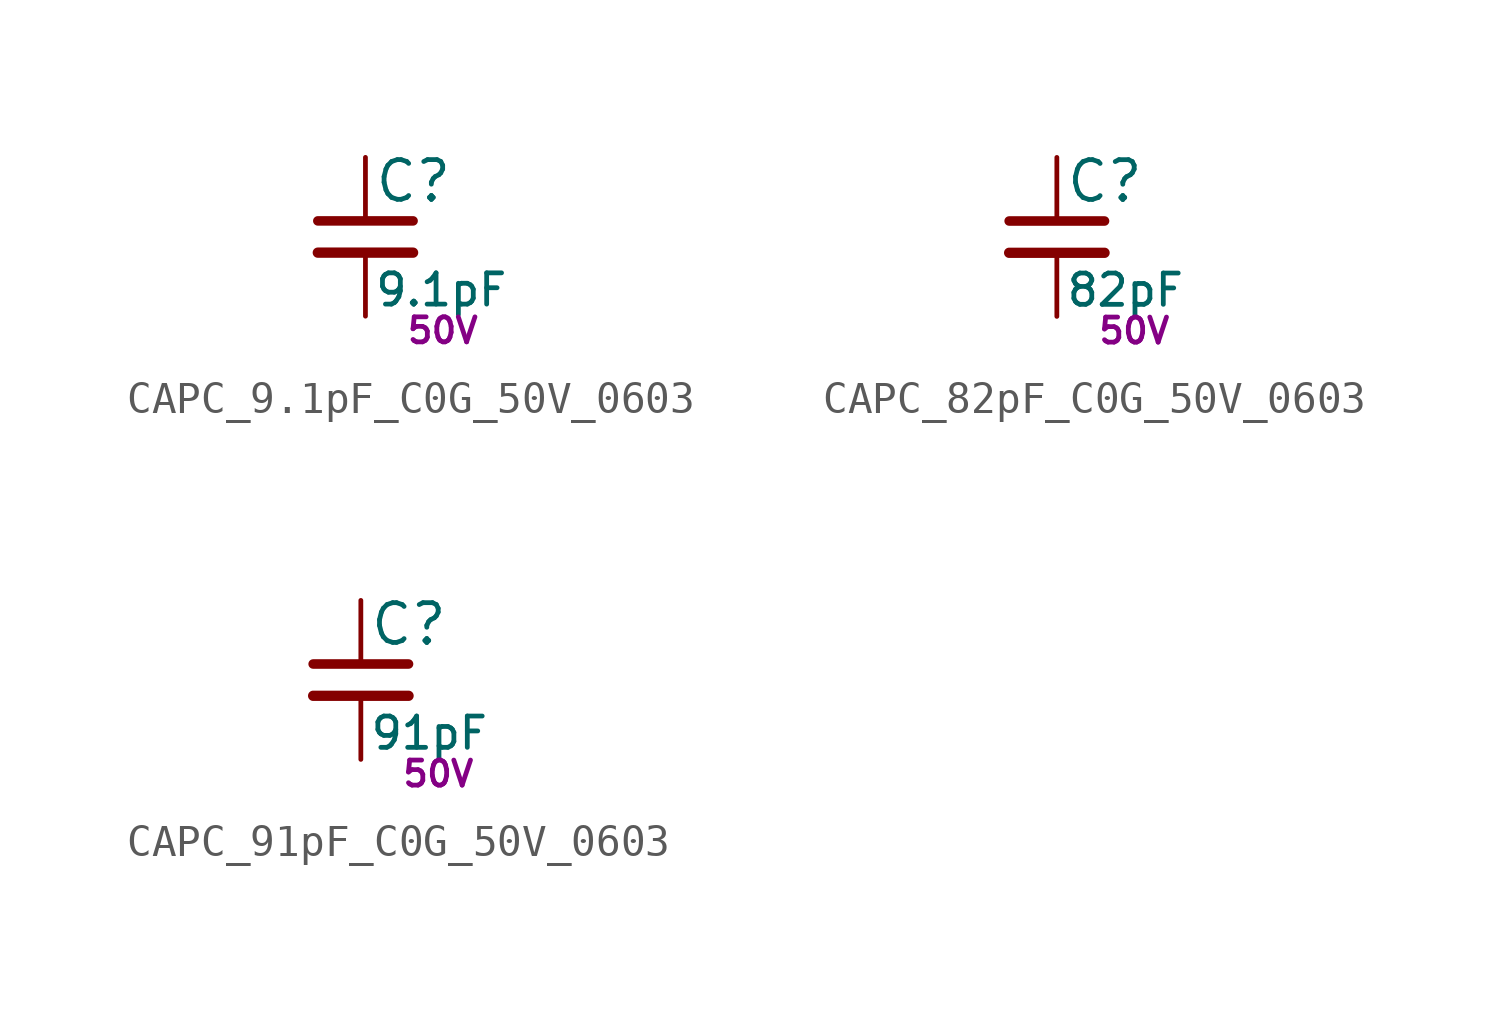
<source format=kicad_sym>
(kicad_symbol_lib
  (version 20211014)
  (generator kicad_LibGenerator)
  (symbol "CAPC_9.1pF_C0G_50V_0603"
    (pin_numbers hide)
    (pin_names
      (offset 0.254) hide)
    (property "Reference" "C"
      (at 0.254 1.778 0)
      (effects (font (size 1.27 1.27)) (justify left)))
    (property "Value" "9.1pF"
      (at 0.254 -1.7 0)
      (effects (font (size 1 1)) (justify left)))
    (property "Voltage" "50V"
      (at 1.27 -3 0)
      (effects (font (size 0.8 0.8)) (justify left)))
    (symbol "CAPC_9.1pF_C0G_50V_0603_0_1"
      (polyline (pts (xy -1.524 -0.508) (xy 1.524 -0.508)) (stroke (width 0.33) (type default) (color 0 0 0 0)) (fill (type none)))
      (polyline (pts (xy -1.524 0.508) (xy 1.524 0.508)) (stroke (width 0.305) (type default) (color 0 0 0 0)) (fill (type none))))
    (symbol "CAPC_9.1pF_C0G_50V_0603_1_1"
      (pin passive line (at 0 2.54 270) (length 2.032) (name "~" (effects (font (size 1.27 1.27)))) (number "1" (effects (font (size 1.27 1.27)))))
      (pin passive line (at 0 -2.54 90) (length 2.032) (name "~" (effects (font (size 1.27 1.27)))) (number "2" (effects (font (size 1.27 1.27)))))))
  (symbol "CAPC_82pF_C0G_50V_0603"
    (pin_numbers hide)
    (pin_names
      (offset 0.254) hide)
    (property "Reference" "C"
      (at 0.254 1.778 0)
      (effects (font (size 1.27 1.27)) (justify left)))
    (property "Value" "82pF"
      (at 0.254 -1.7 0)
      (effects (font (size 1 1)) (justify left)))
    (property "Voltage" "50V"
      (at 1.27 -3 0)
      (effects (font (size 0.8 0.8)) (justify left)))
    (symbol "CAPC_82pF_C0G_50V_0603_0_1"
      (polyline (pts (xy -1.524 -0.508) (xy 1.524 -0.508)) (stroke (width 0.33) (type default) (color 0 0 0 0)) (fill (type none)))
      (polyline (pts (xy -1.524 0.508) (xy 1.524 0.508)) (stroke (width 0.305) (type default) (color 0 0 0 0)) (fill (type none))))
    (symbol "CAPC_82pF_C0G_50V_0603_1_1"
      (pin passive line (at 0 2.54 270) (length 2.032) (name "~" (effects (font (size 1.27 1.27)))) (number "1" (effects (font (size 1.27 1.27)))))
      (pin passive line (at 0 -2.54 90) (length 2.032) (name "~" (effects (font (size 1.27 1.27)))) (number "2" (effects (font (size 1.27 1.27)))))))
  (symbol "CAPC_91pF_C0G_50V_0603"
    (pin_numbers hide)
    (pin_names
      (offset 0.254) hide)
    (property "Reference" "C"
      (at 0.254 1.778 0)
      (effects (font (size 1.27 1.27)) (justify left)))
    (property "Value" "91pF"
      (at 0.254 -1.7 0)
      (effects (font (size 1 1)) (justify left)))
    (property "Voltage" "50V"
      (at 1.27 -3 0)
      (effects (font (size 0.8 0.8)) (justify left)))
    (symbol "CAPC_91pF_C0G_50V_0603_0_1"
      (polyline (pts (xy -1.524 -0.508) (xy 1.524 -0.508)) (stroke (width 0.33) (type default) (color 0 0 0 0)) (fill (type none)))
      (polyline (pts (xy -1.524 0.508) (xy 1.524 0.508)) (stroke (width 0.305) (type default) (color 0 0 0 0)) (fill (type none))))
    (symbol "CAPC_91pF_C0G_50V_0603_1_1"
      (pin passive line (at 0 2.54 270) (length 2.032) (name "~" (effects (font (size 1.27 1.27)))) (number "1" (effects (font (size 1.27 1.27)))))
      (pin passive line (at 0 -2.54 90) (length 2.032) (name "~" (effects (font (size 1.27 1.27)))) (number "2" (effects (font (size 1.27 1.27))))))))
</source>
